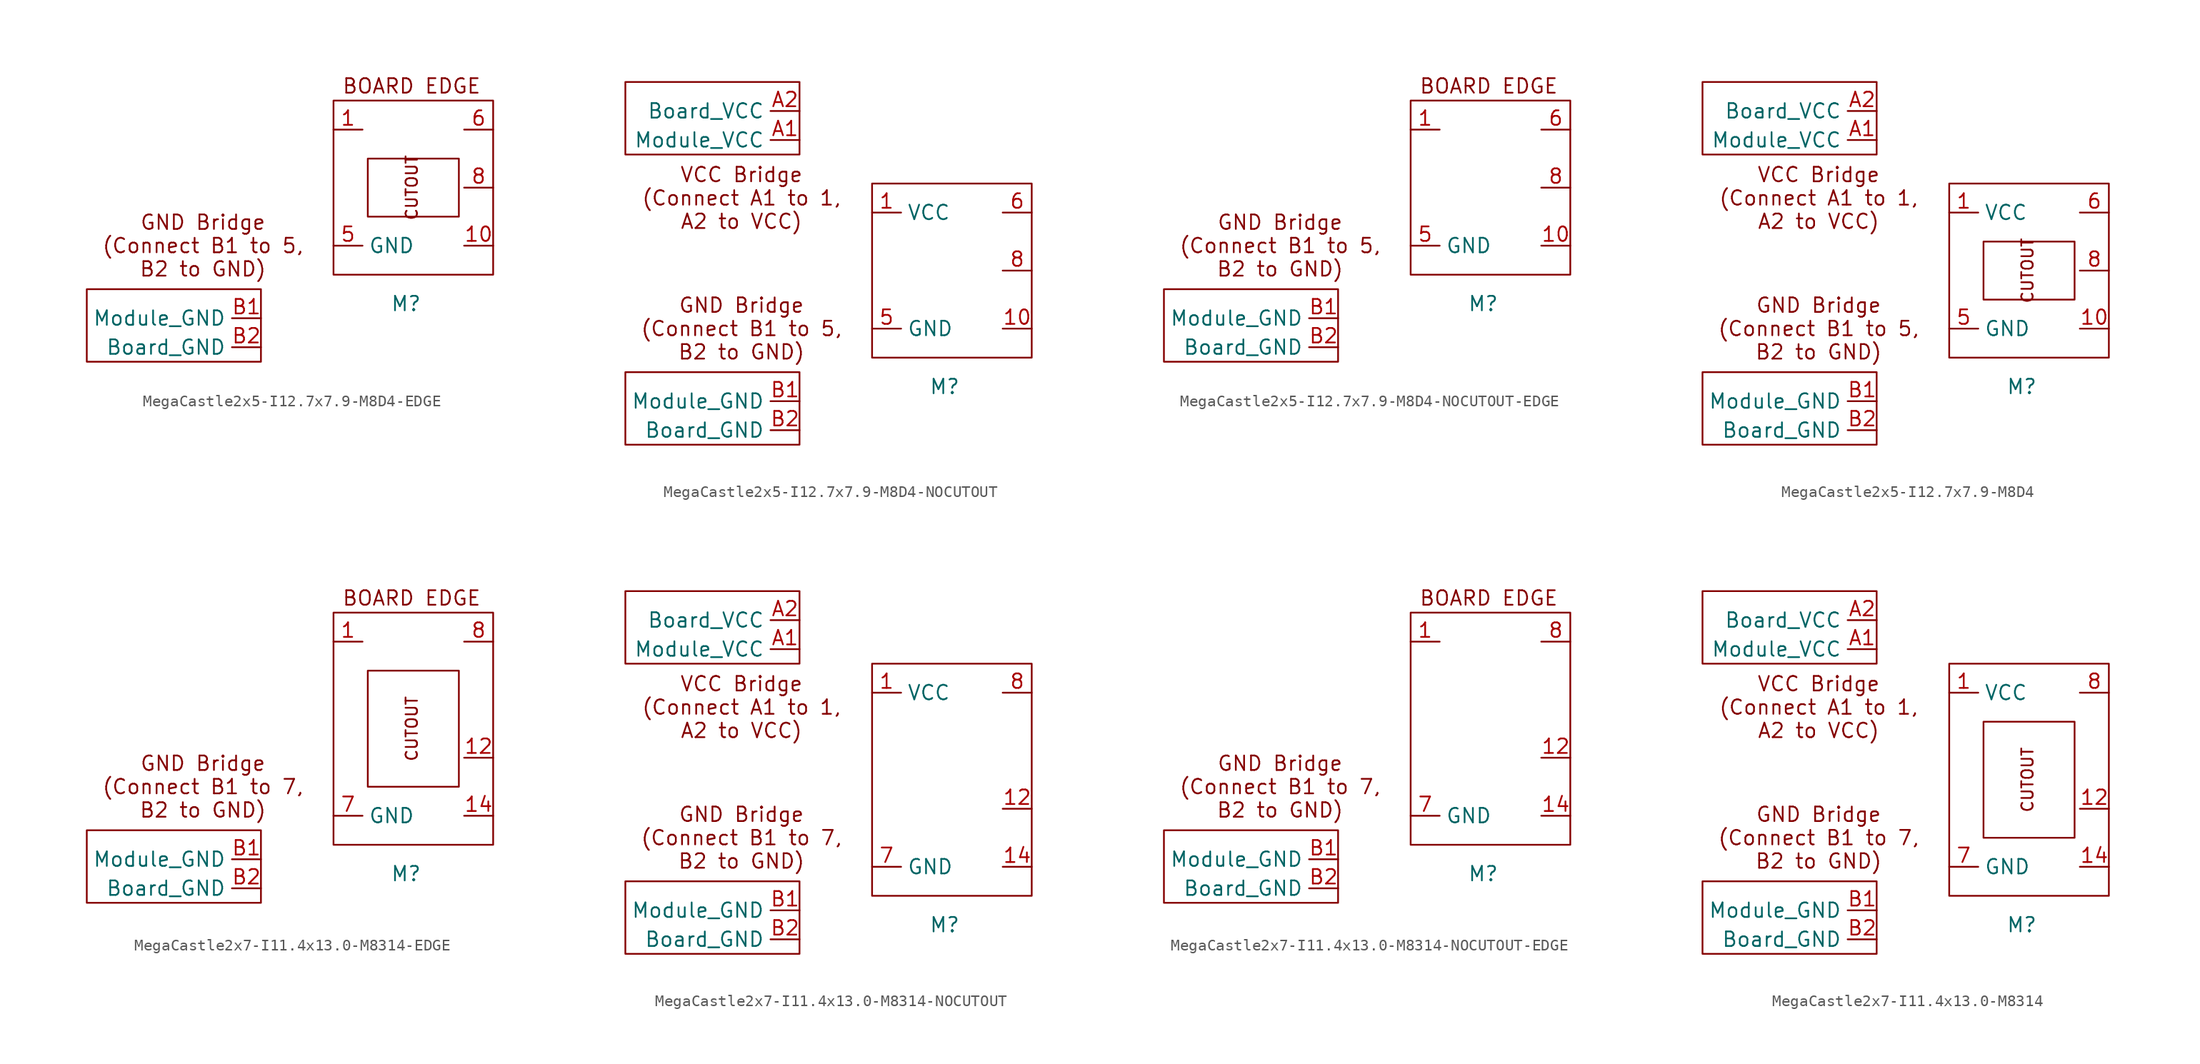
<source format=kicad_sym>
(kicad_symbol_lib
  (version 20231120)
  (generator "kicad_symbol_editor")
  (generator_version "8.0")
  (symbol "MegaCastle2x5-I12.7x7.9-M8D4-EDGE"
    (property "Reference" "M"
      (at 0 -10.16 0)
      (effects (font (size 1.27 1.27))))
    (property "Value" ""
      (at 0 5.08 0)
      (effects (font (size 1.27 1.27))))
    (symbol "MegaCastle2x5-I12.7x7.9-M8D4-EDGE_0_1"
      (rectangle (start -27.94 -8.89) (end -12.7 -15.24) (stroke (width 0) (type default)) (fill (type none)))
      (rectangle (start -6.35 7.62) (end 7.62 -7.62) (stroke (width 0) (type default)) (fill (type none)))
      (rectangle (start -3.35 2.54) (end 4.62 -2.54) (stroke (width 0) (type default)) (fill (type none))))
    (symbol "MegaCastle2x5-I12.7x7.9-M8D4-EDGE_1_1"
      (text "GND Bridge\n(Connect B1 to 5,\nB2 to GND)" (at -17.78 -5.08 0) (effects (font (size 1.27 1.27))))
      (text " BOARD EDGE" (at 0 8.89 0) (effects (font (size 1.27 1.27))))
      (text "CUTOUT" (at 0.5 0 900) (effects (font (size 1 1))))
      (pin bidirectional line (at -6.35 5.08 0) (length 2.54) (name "" (effects (font (size 1.27 1.27)))) (number "1" (effects (font (size 1.27 1.27)))))
      (pin bidirectional line (at -6.35 -5.08 0) (length 2.54) (name "GND" (effects (font (size 1.27 1.27)))) (number "5" (effects (font (size 1.27 1.27)))))
      (pin bidirectional line (at 7.62 5.08 180) (length 2.54) (name "" (effects (font (size 1.27 1.27)))) (number "6" (effects (font (size 1.27 1.27)))))
      (pin bidirectional line (at 7.62 0 180) (length 2.54) (name "" (effects (font (size 1.27 1.27)))) (number "8" (effects (font (size 1.27 1.27)))))
      (pin bidirectional line (at 7.62 -5.08 180) (length 2.54) (name "" (effects (font (size 1.27 1.27)))) (number "10" (effects (font (size 1.27 1.27)))))
      (pin bidirectional line (at -12.7 -11.43 180) (length 2.54) (name "Module_GND" (effects (font (size 1.27 1.27)))) (number "B1" (effects (font (size 1.27 1.27)))))
      (pin bidirectional line (at -12.7 -13.97 180) (length 2.54) (name "Board_GND" (effects (font (size 1.27 1.27)))) (number "B2" (effects (font (size 1.27 1.27)))))))
  (symbol "MegaCastle2x5-I12.7x7.9-M8D4-NOCUTOUT"
    (property "Reference" "M"
      (at 0 -10.16 0)
      (effects (font (size 1.27 1.27))))
    (property "Value" ""
      (at 0 5.08 0)
      (effects (font (size 1.27 1.27))))
    (symbol "MegaCastle2x5-I12.7x7.9-M8D4-NOCUTOUT_0_1"
      (rectangle (start -27.94 16.51) (end -12.7 10.16) (stroke (width 0) (type default)) (fill (type none)))
      (rectangle (start -27.94 -8.89) (end -12.7 -15.24) (stroke (width 0) (type default)) (fill (type none)))
      (rectangle (start -6.35 7.62) (end 7.62 -7.62) (stroke (width 0) (type default)) (fill (type none))))
    (symbol "MegaCastle2x5-I12.7x7.9-M8D4-NOCUTOUT_1_1"
      (text "GND Bridge\n(Connect B1 to 5,\nB2 to GND)" (at -17.78 -5.08 0) (effects (font (size 1.27 1.27))))
      (text "VCC Bridge\n(Connect A1 to 1,\nA2 to VCC)" (at -17.78 6.35 0) (effects (font (size 1.27 1.27))))
      (pin bidirectional line (at -6.35 5.08 0) (length 2.54) (name "VCC" (effects (font (size 1.27 1.27)))) (number "1" (effects (font (size 1.27 1.27)))))
      (pin bidirectional line (at -6.35 -5.08 0) (length 2.54) (name "GND" (effects (font (size 1.27 1.27)))) (number "5" (effects (font (size 1.27 1.27)))))
      (pin bidirectional line (at 7.62 5.08 180) (length 2.54) (name "" (effects (font (size 1.27 1.27)))) (number "6" (effects (font (size 1.27 1.27)))))
      (pin bidirectional line (at 7.62 0 180) (length 2.54) (name "" (effects (font (size 1.27 1.27)))) (number "8" (effects (font (size 1.27 1.27)))))
      (pin bidirectional line (at 7.62 -5.08 180) (length 2.54) (name "" (effects (font (size 1.27 1.27)))) (number "10" (effects (font (size 1.27 1.27)))))
      (pin bidirectional line (at -12.7 11.43 180) (length 2.54) (name "Module_VCC" (effects (font (size 1.27 1.27)))) (number "A1" (effects (font (size 1.27 1.27)))))
      (pin bidirectional line (at -12.7 13.97 180) (length 2.54) (name "Board_VCC" (effects (font (size 1.27 1.27)))) (number "A2" (effects (font (size 1.27 1.27)))))
      (pin bidirectional line (at -12.7 -11.43 180) (length 2.54) (name "Module_GND" (effects (font (size 1.27 1.27)))) (number "B1" (effects (font (size 1.27 1.27)))))
      (pin bidirectional line (at -12.7 -13.97 180) (length 2.54) (name "Board_GND" (effects (font (size 1.27 1.27)))) (number "B2" (effects (font (size 1.27 1.27)))))))
  (symbol "MegaCastle2x5-I12.7x7.9-M8D4-NOCUTOUT-EDGE"
    (property "Reference" "M"
      (at 0 -10.16 0)
      (effects (font (size 1.27 1.27))))
    (property "Value" ""
      (at 0 5.08 0)
      (effects (font (size 1.27 1.27))))
    (symbol "MegaCastle2x5-I12.7x7.9-M8D4-NOCUTOUT-EDGE_0_1"
      (rectangle (start -27.94 -8.89) (end -12.7 -15.24) (stroke (width 0) (type default)) (fill (type none)))
      (rectangle (start -6.35 7.62) (end 7.62 -7.62) (stroke (width 0) (type default)) (fill (type none))))
    (symbol "MegaCastle2x5-I12.7x7.9-M8D4-NOCUTOUT-EDGE_1_1"
      (text "GND Bridge\n(Connect B1 to 5,\nB2 to GND)" (at -17.78 -5.08 0) (effects (font (size 1.27 1.27))))
      (text " BOARD EDGE" (at 0 8.89 0) (effects (font (size 1.27 1.27))))
      (pin bidirectional line (at -6.35 5.08 0) (length 2.54) (name "" (effects (font (size 1.27 1.27)))) (number "1" (effects (font (size 1.27 1.27)))))
      (pin bidirectional line (at -6.35 -5.08 0) (length 2.54) (name "GND" (effects (font (size 1.27 1.27)))) (number "5" (effects (font (size 1.27 1.27)))))
      (pin bidirectional line (at 7.62 5.08 180) (length 2.54) (name "" (effects (font (size 1.27 1.27)))) (number "6" (effects (font (size 1.27 1.27)))))
      (pin bidirectional line (at 7.62 0 180) (length 2.54) (name "" (effects (font (size 1.27 1.27)))) (number "8" (effects (font (size 1.27 1.27)))))
      (pin bidirectional line (at 7.62 -5.08 180) (length 2.54) (name "" (effects (font (size 1.27 1.27)))) (number "10" (effects (font (size 1.27 1.27)))))
      (pin bidirectional line (at -12.7 -11.43 180) (length 2.54) (name "Module_GND" (effects (font (size 1.27 1.27)))) (number "B1" (effects (font (size 1.27 1.27)))))
      (pin bidirectional line (at -12.7 -13.97 180) (length 2.54) (name "Board_GND" (effects (font (size 1.27 1.27)))) (number "B2" (effects (font (size 1.27 1.27)))))))
  (symbol "MegaCastle2x5-I12.7x7.9-M8D4"
    (property "Reference" "M"
      (at 0 -10.16 0)
      (effects (font (size 1.27 1.27))))
    (property "Value" ""
      (at 0 5.08 0)
      (effects (font (size 1.27 1.27))))
    (symbol "MegaCastle2x5-I12.7x7.9-M8D4_0_1"
      (rectangle (start -27.94 16.51) (end -12.7 10.16) (stroke (width 0) (type default)) (fill (type none)))
      (rectangle (start -27.94 -8.89) (end -12.7 -15.24) (stroke (width 0) (type default)) (fill (type none)))
      (rectangle (start -6.35 7.62) (end 7.62 -7.62) (stroke (width 0) (type default)) (fill (type none)))
      (rectangle (start -3.35 2.54) (end 4.62 -2.54) (stroke (width 0) (type default)) (fill (type none))))
    (symbol "MegaCastle2x5-I12.7x7.9-M8D4_1_1"
      (text "GND Bridge\n(Connect B1 to 5,\nB2 to GND)" (at -17.78 -5.08 0) (effects (font (size 1.27 1.27))))
      (text "VCC Bridge\n(Connect A1 to 1,\nA2 to VCC)" (at -17.78 6.35 0) (effects (font (size 1.27 1.27))))
      (text "CUTOUT" (at 0.5 0 900) (effects (font (size 1 1))))
      (pin bidirectional line (at -6.35 5.08 0) (length 2.54) (name "VCC" (effects (font (size 1.27 1.27)))) (number "1" (effects (font (size 1.27 1.27)))))
      (pin bidirectional line (at -6.35 -5.08 0) (length 2.54) (name "GND" (effects (font (size 1.27 1.27)))) (number "5" (effects (font (size 1.27 1.27)))))
      (pin bidirectional line (at 7.62 5.08 180) (length 2.54) (name "" (effects (font (size 1.27 1.27)))) (number "6" (effects (font (size 1.27 1.27)))))
      (pin bidirectional line (at 7.62 0 180) (length 2.54) (name "" (effects (font (size 1.27 1.27)))) (number "8" (effects (font (size 1.27 1.27)))))
      (pin bidirectional line (at 7.62 -5.08 180) (length 2.54) (name "" (effects (font (size 1.27 1.27)))) (number "10" (effects (font (size 1.27 1.27)))))
      (pin bidirectional line (at -12.7 11.43 180) (length 2.54) (name "Module_VCC" (effects (font (size 1.27 1.27)))) (number "A1" (effects (font (size 1.27 1.27)))))
      (pin bidirectional line (at -12.7 13.97 180) (length 2.54) (name "Board_VCC" (effects (font (size 1.27 1.27)))) (number "A2" (effects (font (size 1.27 1.27)))))
      (pin bidirectional line (at -12.7 -11.43 180) (length 2.54) (name "Module_GND" (effects (font (size 1.27 1.27)))) (number "B1" (effects (font (size 1.27 1.27)))))
      (pin bidirectional line (at -12.7 -13.97 180) (length 2.54) (name "Board_GND" (effects (font (size 1.27 1.27)))) (number "B2" (effects (font (size 1.27 1.27)))))))
  (symbol "MegaCastle2x7-I11.4x13.0-M8314-EDGE"
    (property "Reference" "M"
      (at 0 -12.7 0)
      (effects (font (size 1.27 1.27))))
    (property "Value" ""
      (at 0 5.08 0)
      (effects (font (size 1.27 1.27))))
    (symbol "MegaCastle2x7-I11.4x13.0-M8314-EDGE_0_1"
      (rectangle (start -27.94 -8.89) (end -12.7 -15.24) (stroke (width 0) (type default)) (fill (type none)))
      (rectangle (start -6.35 10.16) (end 7.62 -10.16) (stroke (width 0) (type default)) (fill (type none)))
      (rectangle (start -3.35 5.08) (end 4.62 -5.08) (stroke (width 0) (type default)) (fill (type none))))
    (symbol "MegaCastle2x7-I11.4x13.0-M8314-EDGE_1_1"
      (text "GND Bridge\n(Connect B1 to 7,\nB2 to GND)" (at -17.78 -5.08 0) (effects (font (size 1.27 1.27))))
      (text " BOARD EDGE" (at 0 11.43 0) (effects (font (size 1.27 1.27))))
      (text "CUTOUT" (at 0.5 0 900) (effects (font (size 1 1))))
      (pin bidirectional line (at -6.35 7.62 0) (length 2.54) (name "" (effects (font (size 1.27 1.27)))) (number "1" (effects (font (size 1.27 1.27)))))
      (pin bidirectional line (at -6.35 -7.62 0) (length 2.54) (name "GND" (effects (font (size 1.27 1.27)))) (number "7" (effects (font (size 1.27 1.27)))))
      (pin bidirectional line (at 7.62 7.62 180) (length 2.54) (name "" (effects (font (size 1.27 1.27)))) (number "8" (effects (font (size 1.27 1.27)))))
      (pin bidirectional line (at 7.62 -2.54 180) (length 2.54) (name "" (effects (font (size 1.27 1.27)))) (number "12" (effects (font (size 1.27 1.27)))))
      (pin bidirectional line (at 7.62 -7.62 180) (length 2.54) (name "" (effects (font (size 1.27 1.27)))) (number "14" (effects (font (size 1.27 1.27)))))
      (pin bidirectional line (at -12.7 -11.43 180) (length 2.54) (name "Module_GND" (effects (font (size 1.27 1.27)))) (number "B1" (effects (font (size 1.27 1.27)))))
      (pin bidirectional line (at -12.7 -13.97 180) (length 2.54) (name "Board_GND" (effects (font (size 1.27 1.27)))) (number "B2" (effects (font (size 1.27 1.27)))))))
  (symbol "MegaCastle2x7-I11.4x13.0-M8314-NOCUTOUT"
    (property "Reference" "M"
      (at 0 -12.7 0)
      (effects (font (size 1.27 1.27))))
    (property "Value" ""
      (at 0 5.08 0)
      (effects (font (size 1.27 1.27))))
    (symbol "MegaCastle2x7-I11.4x13.0-M8314-NOCUTOUT_0_1"
      (rectangle (start -27.94 16.51) (end -12.7 10.16) (stroke (width 0) (type default)) (fill (type none)))
      (rectangle (start -27.94 -8.89) (end -12.7 -15.24) (stroke (width 0) (type default)) (fill (type none)))
      (rectangle (start -6.35 10.16) (end 7.62 -10.16) (stroke (width 0) (type default)) (fill (type none))))
    (symbol "MegaCastle2x7-I11.4x13.0-M8314-NOCUTOUT_1_1"
      (text "GND Bridge\n(Connect B1 to 7,\nB2 to GND)" (at -17.78 -5.08 0) (effects (font (size 1.27 1.27))))
      (text "VCC Bridge\n(Connect A1 to 1,\nA2 to VCC)" (at -17.78 6.35 0) (effects (font (size 1.27 1.27))))
      (pin bidirectional line (at -6.35 7.62 0) (length 2.54) (name "VCC" (effects (font (size 1.27 1.27)))) (number "1" (effects (font (size 1.27 1.27)))))
      (pin bidirectional line (at -6.35 -7.62 0) (length 2.54) (name "GND" (effects (font (size 1.27 1.27)))) (number "7" (effects (font (size 1.27 1.27)))))
      (pin bidirectional line (at 7.62 7.62 180) (length 2.54) (name "" (effects (font (size 1.27 1.27)))) (number "8" (effects (font (size 1.27 1.27)))))
      (pin bidirectional line (at 7.62 -2.54 180) (length 2.54) (name "" (effects (font (size 1.27 1.27)))) (number "12" (effects (font (size 1.27 1.27)))))
      (pin bidirectional line (at 7.62 -7.62 180) (length 2.54) (name "" (effects (font (size 1.27 1.27)))) (number "14" (effects (font (size 1.27 1.27)))))
      (pin bidirectional line (at -12.7 11.43 180) (length 2.54) (name "Module_VCC" (effects (font (size 1.27 1.27)))) (number "A1" (effects (font (size 1.27 1.27)))))
      (pin bidirectional line (at -12.7 13.97 180) (length 2.54) (name "Board_VCC" (effects (font (size 1.27 1.27)))) (number "A2" (effects (font (size 1.27 1.27)))))
      (pin bidirectional line (at -12.7 -11.43 180) (length 2.54) (name "Module_GND" (effects (font (size 1.27 1.27)))) (number "B1" (effects (font (size 1.27 1.27)))))
      (pin bidirectional line (at -12.7 -13.97 180) (length 2.54) (name "Board_GND" (effects (font (size 1.27 1.27)))) (number "B2" (effects (font (size 1.27 1.27)))))))
  (symbol "MegaCastle2x7-I11.4x13.0-M8314-NOCUTOUT-EDGE"
    (property "Reference" "M"
      (at 0 -12.7 0)
      (effects (font (size 1.27 1.27))))
    (property "Value" ""
      (at 0 5.08 0)
      (effects (font (size 1.27 1.27))))
    (symbol "MegaCastle2x7-I11.4x13.0-M8314-NOCUTOUT-EDGE_0_1"
      (rectangle (start -27.94 -8.89) (end -12.7 -15.24) (stroke (width 0) (type default)) (fill (type none)))
      (rectangle (start -6.35 10.16) (end 7.62 -10.16) (stroke (width 0) (type default)) (fill (type none))))
    (symbol "MegaCastle2x7-I11.4x13.0-M8314-NOCUTOUT-EDGE_1_1"
      (text "GND Bridge\n(Connect B1 to 7,\nB2 to GND)" (at -17.78 -5.08 0) (effects (font (size 1.27 1.27))))
      (text " BOARD EDGE" (at 0 11.43 0) (effects (font (size 1.27 1.27))))
      (pin bidirectional line (at -6.35 7.62 0) (length 2.54) (name "" (effects (font (size 1.27 1.27)))) (number "1" (effects (font (size 1.27 1.27)))))
      (pin bidirectional line (at -6.35 -7.62 0) (length 2.54) (name "GND" (effects (font (size 1.27 1.27)))) (number "7" (effects (font (size 1.27 1.27)))))
      (pin bidirectional line (at 7.62 7.62 180) (length 2.54) (name "" (effects (font (size 1.27 1.27)))) (number "8" (effects (font (size 1.27 1.27)))))
      (pin bidirectional line (at 7.62 -2.54 180) (length 2.54) (name "" (effects (font (size 1.27 1.27)))) (number "12" (effects (font (size 1.27 1.27)))))
      (pin bidirectional line (at 7.62 -7.62 180) (length 2.54) (name "" (effects (font (size 1.27 1.27)))) (number "14" (effects (font (size 1.27 1.27)))))
      (pin bidirectional line (at -12.7 -11.43 180) (length 2.54) (name "Module_GND" (effects (font (size 1.27 1.27)))) (number "B1" (effects (font (size 1.27 1.27)))))
      (pin bidirectional line (at -12.7 -13.97 180) (length 2.54) (name "Board_GND" (effects (font (size 1.27 1.27)))) (number "B2" (effects (font (size 1.27 1.27)))))))
  (symbol "MegaCastle2x7-I11.4x13.0-M8314"
    (property "Reference" "M"
      (at 0 -12.7 0)
      (effects (font (size 1.27 1.27))))
    (property "Value" ""
      (at 0 5.08 0)
      (effects (font (size 1.27 1.27))))
    (symbol "MegaCastle2x7-I11.4x13.0-M8314_0_1"
      (rectangle (start -27.94 16.51) (end -12.7 10.16) (stroke (width 0) (type default)) (fill (type none)))
      (rectangle (start -27.94 -8.89) (end -12.7 -15.24) (stroke (width 0) (type default)) (fill (type none)))
      (rectangle (start -6.35 10.16) (end 7.62 -10.16) (stroke (width 0) (type default)) (fill (type none)))
      (rectangle (start -3.35 5.08) (end 4.62 -5.08) (stroke (width 0) (type default)) (fill (type none))))
    (symbol "MegaCastle2x7-I11.4x13.0-M8314_1_1"
      (text "GND Bridge\n(Connect B1 to 7,\nB2 to GND)" (at -17.78 -5.08 0) (effects (font (size 1.27 1.27))))
      (text "VCC Bridge\n(Connect A1 to 1,\nA2 to VCC)" (at -17.78 6.35 0) (effects (font (size 1.27 1.27))))
      (text "CUTOUT" (at 0.5 0 900) (effects (font (size 1 1))))
      (pin bidirectional line (at -6.35 7.62 0) (length 2.54) (name "VCC" (effects (font (size 1.27 1.27)))) (number "1" (effects (font (size 1.27 1.27)))))
      (pin bidirectional line (at -6.35 -7.62 0) (length 2.54) (name "GND" (effects (font (size 1.27 1.27)))) (number "7" (effects (font (size 1.27 1.27)))))
      (pin bidirectional line (at 7.62 7.62 180) (length 2.54) (name "" (effects (font (size 1.27 1.27)))) (number "8" (effects (font (size 1.27 1.27)))))
      (pin bidirectional line (at 7.62 -2.54 180) (length 2.54) (name "" (effects (font (size 1.27 1.27)))) (number "12" (effects (font (size 1.27 1.27)))))
      (pin bidirectional line (at 7.62 -7.62 180) (length 2.54) (name "" (effects (font (size 1.27 1.27)))) (number "14" (effects (font (size 1.27 1.27)))))
      (pin bidirectional line (at -12.7 11.43 180) (length 2.54) (name "Module_VCC" (effects (font (size 1.27 1.27)))) (number "A1" (effects (font (size 1.27 1.27)))))
      (pin bidirectional line (at -12.7 13.97 180) (length 2.54) (name "Board_VCC" (effects (font (size 1.27 1.27)))) (number "A2" (effects (font (size 1.27 1.27)))))
      (pin bidirectional line (at -12.7 -11.43 180) (length 2.54) (name "Module_GND" (effects (font (size 1.27 1.27)))) (number "B1" (effects (font (size 1.27 1.27)))))
      (pin bidirectional line (at -12.7 -13.97 180) (length 2.54) (name "Board_GND" (effects (font (size 1.27 1.27)))) (number "B2" (effects (font (size 1.27 1.27))))))))
</source>
